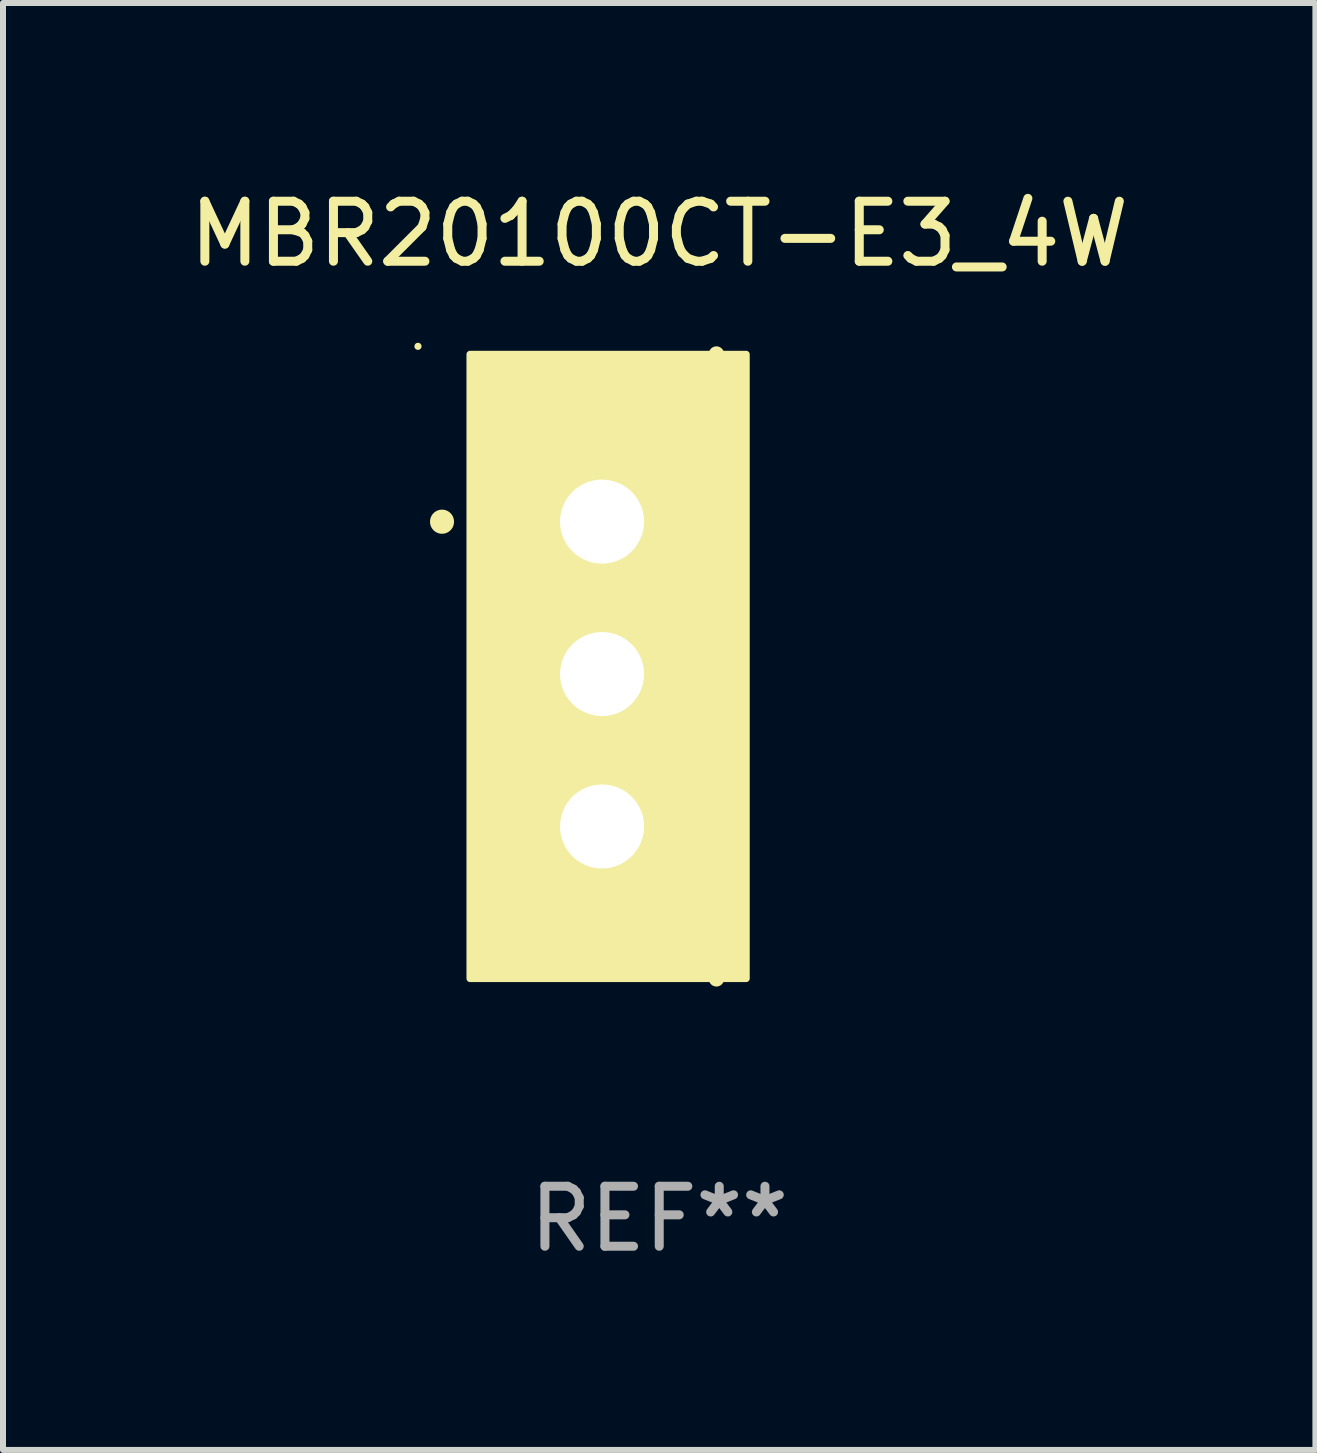
<source format=kicad_pcb>
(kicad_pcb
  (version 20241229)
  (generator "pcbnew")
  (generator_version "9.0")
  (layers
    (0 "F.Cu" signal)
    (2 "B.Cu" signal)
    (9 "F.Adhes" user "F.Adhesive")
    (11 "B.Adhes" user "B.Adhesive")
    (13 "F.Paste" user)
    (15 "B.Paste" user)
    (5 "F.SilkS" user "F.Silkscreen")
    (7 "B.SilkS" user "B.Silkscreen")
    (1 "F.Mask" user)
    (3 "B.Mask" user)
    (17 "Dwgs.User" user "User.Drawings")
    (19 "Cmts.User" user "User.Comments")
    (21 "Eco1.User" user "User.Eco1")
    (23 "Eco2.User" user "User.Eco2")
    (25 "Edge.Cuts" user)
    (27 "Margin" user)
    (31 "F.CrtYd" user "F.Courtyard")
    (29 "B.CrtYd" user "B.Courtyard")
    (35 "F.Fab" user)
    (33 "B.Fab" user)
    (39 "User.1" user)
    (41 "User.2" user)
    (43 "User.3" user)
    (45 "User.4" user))
  (footprint "MBR20100CT-E3_4W"
    (layer "F.Cu")
    (at 7.935 8.055)
    (property "Reference" "MBR20100CT-E3_4W" (at 0 -7.207 0) (layer "F.SilkS") (effects (font (size 1 1) (thickness 0.15))))
    (attr through_hole)
    (fp_line (start 0.953 5.207) (end 0.953 -5.207) (stroke (width 0.254) (type solid)) (layer "F.SilkS"))
    (fp_arc (start -3.619507 -2.410465) (mid -3.619511 -2.411735) (end -3.619507 -2.413005) (stroke (width 0.4) (type solid)) (layer "F.SilkS"))
    (fp_circle (center -4.02 -5.334) (end -3.99 -5.334) (stroke (width 0.06) (type solid)) (fill no) (layer "F.SilkS"))
    (fp_poly (pts (xy -3.152 -5.2) (xy 1.448 -5.2) (xy 1.448 5.2) (xy -3.152 5.2)) (stroke (width 0.12) (type solid)) (fill yes) (layer "F.SilkS"))
    (fp_text user "REF**" (at 0 9.207 0) (layer "F.Fab") (effects (font (size 1 1) (thickness 0.15))))
    (pad "1" thru_hole rect (at -0.953 -2.413 270) (size 2 2.5) (drill 1.4) (layers "*.Cu" "*.Mask"))
    (pad "2" thru_hole oval (at -0.953 0.127 270) (size 2 2.5) (drill 1.4) (layers "*.Cu" "*.Mask"))
    (pad "3" thru_hole oval (at -0.953 2.667 270) (size 2 2.5) (drill 1.4) (layers "*.Cu" "*.Mask")))
  (gr_rect
    (start -3 -3)
    (end 18.869 21.111)
    (stroke (width 0.1) (type default))
    (fill no)
    (layer "Edge.Cuts")))
</source>
